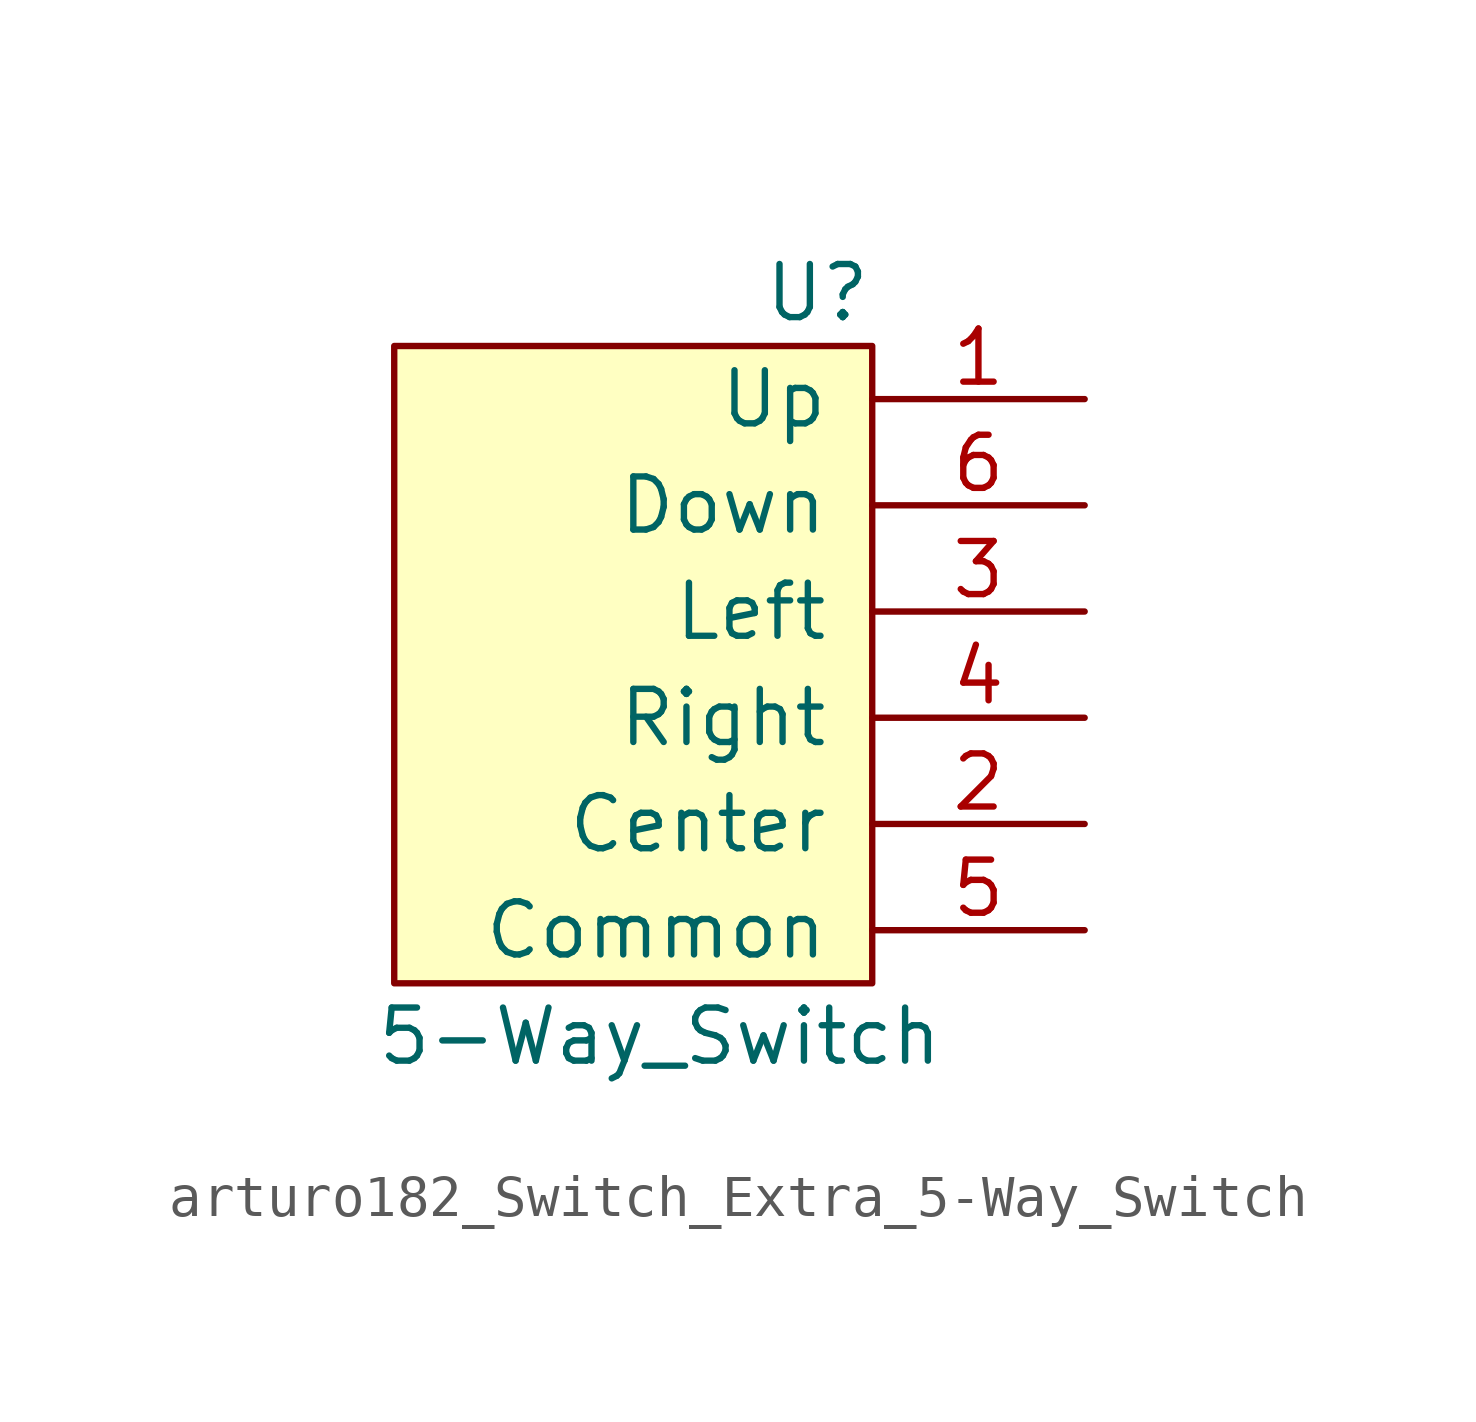
<source format=kicad_sym>
(kicad_symbol_lib
  (version 20220914)
  (generator kicad_symbol_editor)
  (symbol "arturo182_Switch_Extra_5-Way_Switch"
    (pin_names
      (offset 1.016))
    (property "Reference" "U"
      (at 5.08 10.16 0)
      (effects (font (size 1.27 1.27)) (justify right)))
    (property "Value" "5-Way_Switch"
      (at 0 -7.62 0)
      (effects (font (size 1.27 1.27))))
    (symbol "arturo182_Switch_Extra_5-Way_Switch_0_1"
      (rectangle (start 5.08 8.89) (end -6.35 -6.35) (stroke (width 0) (type default) (color 0 0 0 0)) (fill (type background))))
    (symbol "arturo182_Switch_Extra_5-Way_Switch_1_1"
      (pin output line (at 10.16 7.62 180) (length 5.08) (name "Up" (effects (font (size 1.27 1.27)))) (number "1" (effects (font (size 1.27 1.27)))))
      (pin output line (at 10.16 -2.54 180) (length 5.08) (name "Center" (effects (font (size 1.27 1.27)))) (number "2" (effects (font (size 1.27 1.27)))))
      (pin output line (at 10.16 2.54 180) (length 5.08) (name "Left" (effects (font (size 1.27 1.27)))) (number "3" (effects (font (size 1.27 1.27)))))
      (pin output line (at 10.16 0 180) (length 5.08) (name "Right" (effects (font (size 1.27 1.27)))) (number "4" (effects (font (size 1.27 1.27)))))
      (pin input line (at 10.16 -5.08 180) (length 5.08) (name "Common" (effects (font (size 1.27 1.27)))) (number "5" (effects (font (size 1.27 1.27)))))
      (pin output line (at 10.16 5.08 180) (length 5.08) (name "Down" (effects (font (size 1.27 1.27)))) (number "6" (effects (font (size 1.27 1.27)))))
      (pin input line (at 10.16 -5.08 180) (length 5.08) hide (name "SHIELD" (effects (font (size 1.27 1.27)))) (number "SHIELD" (effects (font (size 1.27 1.27))))))))
</source>
